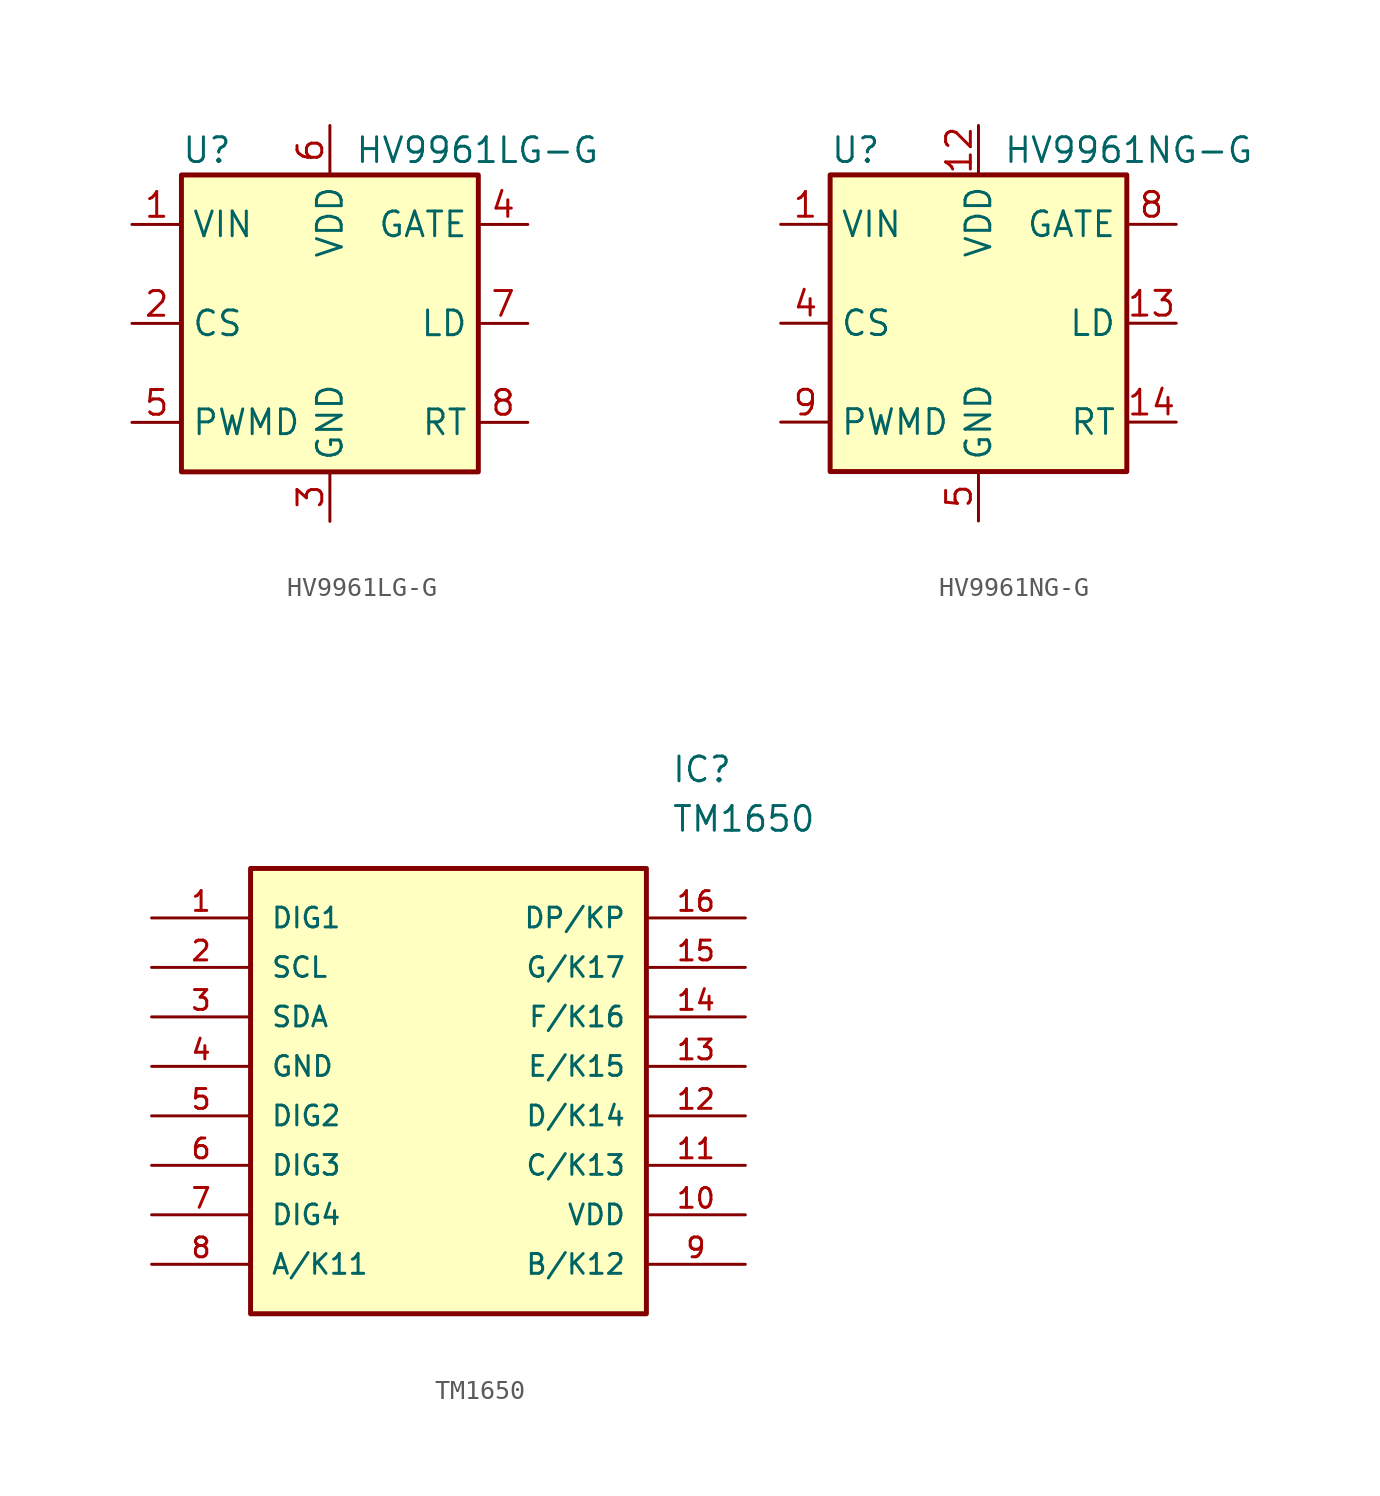
<source format=kicad_sym>
(kicad_symbol_lib
  (version 20231120)
  (generator "kicad_symbol_editor")
  (generator_version "8.0")
  (symbol "HV9961LG-G"
    (property "Reference" "U"
      (at -7.62 8.89 0)
      (effects (font (size 1.27 1.27)) (justify left)))
    (property "Value" "HV9961LG-G"
      (at 1.27 8.89 0)
      (effects (font (size 1.27 1.27)) (justify left)))
    (symbol "HV9961LG-G_0_1"
      (rectangle (start -7.62 7.62) (end 7.62 -7.62) (stroke (width 0.254) (type default)) (fill (type background))))
    (symbol "HV9961LG-G_1_1"
      (pin power_in line (at -10.16 5.08 0) (length 2.54) (name "VIN" (effects (font (size 1.27 1.27)))) (number "1" (effects (font (size 1.27 1.27)))))
      (pin input line (at -10.16 0 0) (length 2.54) (name "CS" (effects (font (size 1.27 1.27)))) (number "2" (effects (font (size 1.27 1.27)))))
      (pin power_in line (at 0 -10.16 90) (length 2.54) (name "GND" (effects (font (size 1.27 1.27)))) (number "3" (effects (font (size 1.27 1.27)))))
      (pin output line (at 10.16 5.08 180) (length 2.54) (name "GATE" (effects (font (size 1.27 1.27)))) (number "4" (effects (font (size 1.27 1.27)))))
      (pin output line (at -10.16 -5.08 0) (length 2.54) (name "PWMD" (effects (font (size 1.27 1.27)))) (number "5" (effects (font (size 1.27 1.27)))))
      (pin power_out line (at 0 10.16 270) (length 2.54) (name "VDD" (effects (font (size 1.27 1.27)))) (number "6" (effects (font (size 1.27 1.27)))))
      (pin input line (at 10.16 0 180) (length 2.54) (name "LD" (effects (font (size 1.27 1.27)))) (number "7" (effects (font (size 1.27 1.27)))))
      (pin input line (at 10.16 -5.08 180) (length 2.54) (name "RT" (effects (font (size 1.27 1.27)))) (number "8" (effects (font (size 1.27 1.27)))))))
  (symbol "HV9961NG-G"
    (property "Reference" "U"
      (at -7.62 8.89 0)
      (effects (font (size 1.27 1.27)) (justify left)))
    (property "Value" "HV9961NG-G"
      (at 1.27 8.89 0)
      (effects (font (size 1.27 1.27)) (justify left)))
    (symbol "HV9961NG-G_0_1"
      (rectangle (start -7.62 7.62) (end 7.62 -7.62) (stroke (width 0.254) (type default)) (fill (type background))))
    (symbol "HV9961NG-G_1_1"
      (pin power_in line (at -10.16 5.08 0) (length 2.54) (name "VIN" (effects (font (size 1.27 1.27)))) (number "1" (effects (font (size 1.27 1.27)))))
      (pin no_connect line (at 7.62 -2.54 180) (length 2.54) hide (name "NC" (effects (font (size 1.27 1.27)))) (number "10" (effects (font (size 1.27 1.27)))))
      (pin no_connect line (at 7.62 0 180) (length 2.54) hide (name "NC" (effects (font (size 1.27 1.27)))) (number "11" (effects (font (size 1.27 1.27)))))
      (pin power_out line (at 0 10.16 270) (length 2.54) (name "VDD" (effects (font (size 1.27 1.27)))) (number "12" (effects (font (size 1.27 1.27)))))
      (pin input line (at 10.16 0 180) (length 2.54) (name "LD" (effects (font (size 1.27 1.27)))) (number "13" (effects (font (size 1.27 1.27)))))
      (pin input line (at 10.16 -5.08 180) (length 2.54) (name "RT" (effects (font (size 1.27 1.27)))) (number "14" (effects (font (size 1.27 1.27)))))
      (pin no_connect line (at 7.62 2.54 180) (length 2.54) hide (name "NC" (effects (font (size 1.27 1.27)))) (number "15" (effects (font (size 1.27 1.27)))))
      (pin no_connect line (at 7.62 5.08 180) (length 2.54) hide (name "NC" (effects (font (size 1.27 1.27)))) (number "16" (effects (font (size 1.27 1.27)))))
      (pin no_connect line (at -7.62 5.08 0) (length 2.54) hide (name "NC" (effects (font (size 1.27 1.27)))) (number "2" (effects (font (size 1.27 1.27)))))
      (pin no_connect line (at -7.62 2.54 0) (length 2.54) hide (name "NC" (effects (font (size 1.27 1.27)))) (number "3" (effects (font (size 1.27 1.27)))))
      (pin input line (at -10.16 0 0) (length 2.54) (name "CS" (effects (font (size 1.27 1.27)))) (number "4" (effects (font (size 1.27 1.27)))))
      (pin power_in line (at 0 -10.16 90) (length 2.54) (name "GND" (effects (font (size 1.27 1.27)))) (number "5" (effects (font (size 1.27 1.27)))))
      (pin no_connect line (at -7.62 0 0) (length 2.54) hide (name "NC" (effects (font (size 1.27 1.27)))) (number "6" (effects (font (size 1.27 1.27)))))
      (pin no_connect line (at -7.62 -2.54 0) (length 2.54) hide (name "NC" (effects (font (size 1.27 1.27)))) (number "7" (effects (font (size 1.27 1.27)))))
      (pin output line (at 10.16 5.08 180) (length 2.54) (name "GATE" (effects (font (size 1.27 1.27)))) (number "8" (effects (font (size 1.27 1.27)))))
      (pin output line (at -10.16 -5.08 0) (length 2.54) (name "PWMD" (effects (font (size 1.27 1.27)))) (number "9" (effects (font (size 1.27 1.27)))))))
  (symbol "TM1650"
    (pin_names
      (offset 1.016))
    (property "Reference" "IC"
      (at 11.43 16.51 0)
      (effects (font (size 1.27 1.27)) (justify left)))
    (property "Value" "TM1650"
      (at 11.43 13.97 0)
      (effects (font (size 1.27 1.27)) (justify left)))
    (symbol "TM1650_0_0"
      (rectangle (start -10.16 11.43) (end 10.16 -11.43) (stroke (width 0.254) (type default)) (fill (type background)))
      (pin bidirectional line (at -15.24 8.89 0) (length 5.08) (name "DIG1" (effects (font (size 1.016 1.016)))) (number "1" (effects (font (size 1.016 1.016)))))
      (pin power_in line (at 15.24 -6.35 180) (length 5.08) (name "VDD" (effects (font (size 1.016 1.016)))) (number "10" (effects (font (size 1.016 1.016)))))
      (pin bidirectional line (at 15.24 -3.81 180) (length 5.08) (name "C/K13" (effects (font (size 1.016 1.016)))) (number "11" (effects (font (size 1.016 1.016)))))
      (pin bidirectional line (at 15.24 -1.27 180) (length 5.08) (name "D/K14" (effects (font (size 1.016 1.016)))) (number "12" (effects (font (size 1.016 1.016)))))
      (pin bidirectional line (at 15.24 1.27 180) (length 5.08) (name "E/K15" (effects (font (size 1.016 1.016)))) (number "13" (effects (font (size 1.016 1.016)))))
      (pin bidirectional line (at 15.24 3.81 180) (length 5.08) (name "F/K16" (effects (font (size 1.016 1.016)))) (number "14" (effects (font (size 1.016 1.016)))))
      (pin bidirectional line (at 15.24 6.35 180) (length 5.08) (name "G/K17" (effects (font (size 1.016 1.016)))) (number "15" (effects (font (size 1.016 1.016)))))
      (pin bidirectional line (at 15.24 8.89 180) (length 5.08) (name "DP/KP" (effects (font (size 1.016 1.016)))) (number "16" (effects (font (size 1.016 1.016)))))
      (pin input line (at -15.24 6.35 0) (length 5.08) (name "SCL" (effects (font (size 1.016 1.016)))) (number "2" (effects (font (size 1.016 1.016)))))
      (pin input line (at -15.24 3.81 0) (length 5.08) (name "SDA" (effects (font (size 1.016 1.016)))) (number "3" (effects (font (size 1.016 1.016)))))
      (pin power_in line (at -15.24 1.27 0) (length 5.08) (name "GND" (effects (font (size 1.016 1.016)))) (number "4" (effects (font (size 1.016 1.016)))))
      (pin bidirectional line (at -15.24 -1.27 0) (length 5.08) (name "DIG2" (effects (font (size 1.016 1.016)))) (number "5" (effects (font (size 1.016 1.016)))))
      (pin bidirectional line (at -15.24 -3.81 0) (length 5.08) (name "DIG3" (effects (font (size 1.016 1.016)))) (number "6" (effects (font (size 1.016 1.016)))))
      (pin bidirectional line (at -15.24 -6.35 0) (length 5.08) (name "DIG4" (effects (font (size 1.016 1.016)))) (number "7" (effects (font (size 1.016 1.016)))))
      (pin bidirectional line (at -15.24 -8.89 0) (length 5.08) (name "A/K11" (effects (font (size 1.016 1.016)))) (number "8" (effects (font (size 1.016 1.016)))))
      (pin bidirectional line (at 15.24 -8.89 180) (length 5.08) (name "B/K12" (effects (font (size 1.016 1.016)))) (number "9" (effects (font (size 1.016 1.016))))))))
</source>
